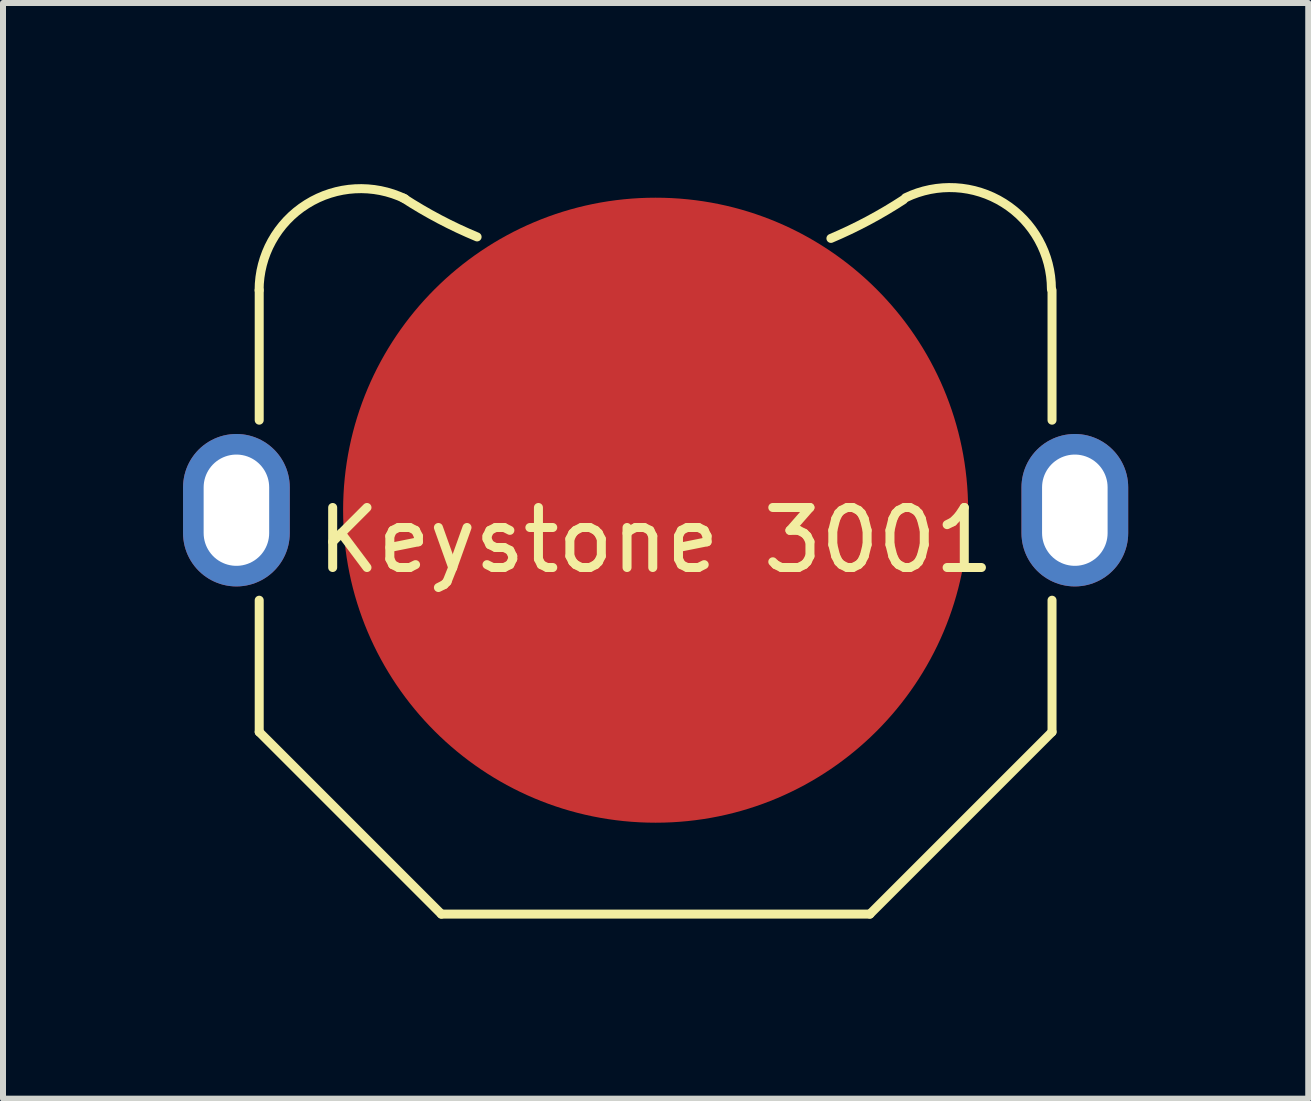
<source format=kicad_pcb>
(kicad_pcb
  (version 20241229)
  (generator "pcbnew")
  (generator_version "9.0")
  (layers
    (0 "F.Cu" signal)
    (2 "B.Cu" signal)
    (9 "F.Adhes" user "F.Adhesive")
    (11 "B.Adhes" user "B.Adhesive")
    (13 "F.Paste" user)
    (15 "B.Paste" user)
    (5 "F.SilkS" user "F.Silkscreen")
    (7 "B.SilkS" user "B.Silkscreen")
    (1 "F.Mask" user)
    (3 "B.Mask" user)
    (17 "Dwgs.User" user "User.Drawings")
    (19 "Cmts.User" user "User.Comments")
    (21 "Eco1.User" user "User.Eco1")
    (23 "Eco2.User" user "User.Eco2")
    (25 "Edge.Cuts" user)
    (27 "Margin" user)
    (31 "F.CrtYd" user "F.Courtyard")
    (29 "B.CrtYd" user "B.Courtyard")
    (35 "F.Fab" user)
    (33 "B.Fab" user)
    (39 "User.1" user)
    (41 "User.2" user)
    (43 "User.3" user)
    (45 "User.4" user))
  (footprint "Keystone 3001"
    (layer "F.Cu")
    (at 7.874 5.451)
    (property "Reference" "Keystone 3001" (at 0 0.5 0) (layer "F.SilkS") (effects (font (size 1 1) (thickness 0.15))))
    (attr through_hole)
    (fp_line (start -6.605 -1.5) (end -6.605 -3.665) (stroke (width 0.15) (type solid)) (layer "F.SilkS"))
    (fp_line (start -6.605 1.5) (end -6.605 3.695) (stroke (width 0.15) (type solid)) (layer "F.SilkS"))
    (fp_line (start -6.605 3.695) (end -3.57 6.73) (stroke (width 0.15) (type solid)) (layer "F.SilkS"))
    (fp_line (start -3.57 6.73) (end 3.57 6.73) (stroke (width 0.15) (type solid)) (layer "F.SilkS"))
    (fp_line (start 6.605 -1.5) (end 6.605 -3.665) (stroke (width 0.15) (type solid)) (layer "F.SilkS"))
    (fp_line (start 6.605 1.5) (end 6.605 3.695) (stroke (width 0.15) (type solid)) (layer "F.SilkS"))
    (fp_line (start 6.605 3.695) (end 3.57 6.73) (stroke (width 0.15) (type solid)) (layer "F.SilkS"))
    (fp_arc (start -6.60654 -3.665103) (mid -5.813448 -5.099062) (end -4.177263 -5.18922) (stroke (width 0.15) (type solid)) (layer "F.SilkS"))
    (fp_arc (start -2.974604 -4.553585) (mid -3.603968 -4.849665) (end -4.2037 -5.20192) (stroke (width 0.15) (type solid)) (layer "F.SilkS"))
    (fp_arc (start 4.129718 -5.172977) (mid 3.539764 -4.823868) (end 2.921 -4.52882) (stroke (width 0.15) (type solid)) (layer "F.SilkS"))
    (fp_arc (start 4.1656 -5.207) (mid 5.801736 -5.116873) (end 6.594877 -3.683) (stroke (width 0.15) (type solid)) (layer "F.SilkS"))
    (pad "" thru_hole oval (at 6.985 0) (size 1.778 2.54) (drill oval 1.092 1.854) (layers "*.Cu" "*.Mask"))
    (pad "1" thru_hole oval (at -6.985 0) (size 1.778 2.54) (drill oval 1.092 1.854) (layers "*.Cu" "*.Mask"))
    (pad "2" smd circle (at 0 0) (size 10.414 10.414) (layers "F.Cu" "F.Mask" "F.Paste")))
  (gr_rect
    (start -3 -3)
    (end 18.748 15.256)
    (stroke (width 0.1) (type default))
    (fill no)
    (layer "Edge.Cuts")))
</source>
